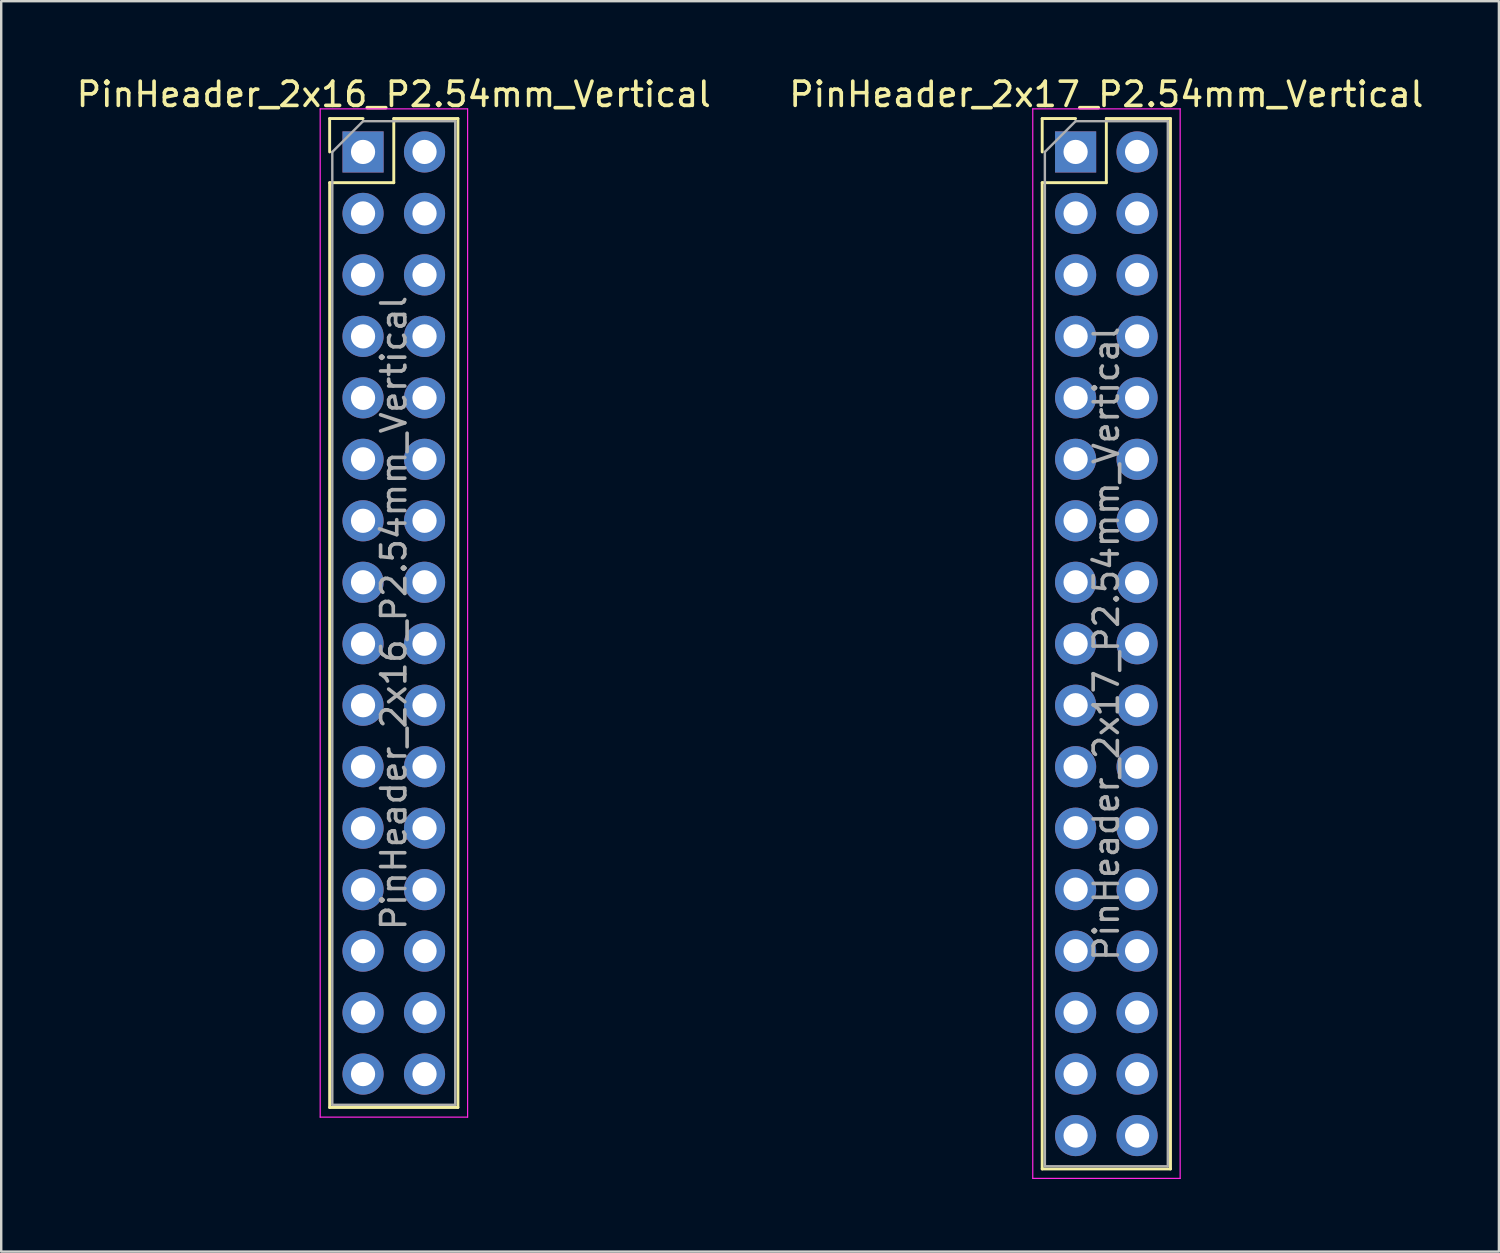
<source format=kicad_pcb>
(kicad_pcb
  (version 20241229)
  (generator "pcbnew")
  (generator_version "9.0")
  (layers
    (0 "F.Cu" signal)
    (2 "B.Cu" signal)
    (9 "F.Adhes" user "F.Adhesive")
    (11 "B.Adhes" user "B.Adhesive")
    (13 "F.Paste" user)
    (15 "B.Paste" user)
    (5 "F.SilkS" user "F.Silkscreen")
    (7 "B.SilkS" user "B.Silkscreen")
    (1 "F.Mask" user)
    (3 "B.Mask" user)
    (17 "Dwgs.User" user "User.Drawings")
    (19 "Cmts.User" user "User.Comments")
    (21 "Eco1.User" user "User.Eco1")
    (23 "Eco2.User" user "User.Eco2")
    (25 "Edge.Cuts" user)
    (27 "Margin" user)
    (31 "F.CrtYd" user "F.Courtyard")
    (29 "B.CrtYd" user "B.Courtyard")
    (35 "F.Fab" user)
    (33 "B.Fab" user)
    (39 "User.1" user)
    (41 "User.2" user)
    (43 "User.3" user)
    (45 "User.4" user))
  (footprint "PinHeader_2x17_P2.54mm_Vertical"
    (layer "F.Cu")
    (at 41.391 3.228)
    (property "Reference" "PinHeader_2x17_P2.54mm_Vertical" (at 1.27 -2.38 0) (layer "F.SilkS") (effects (font (size 1 1) (thickness 0.15))))
    (attr through_hole)
    (fp_line (start -1.38 -1.38) (end 0 -1.38) (stroke (width 0.12) (type solid)) (layer "F.SilkS"))
    (fp_line (start -1.38 0) (end -1.38 -1.38) (stroke (width 0.12) (type solid)) (layer "F.SilkS"))
    (fp_line (start -1.38 1.27) (end -1.38 42.02) (stroke (width 0.12) (type solid)) (layer "F.SilkS"))
    (fp_line (start -1.38 1.27) (end 1.27 1.27) (stroke (width 0.12) (type solid)) (layer "F.SilkS"))
    (fp_line (start -1.38 42.02) (end 3.92 42.02) (stroke (width 0.12) (type solid)) (layer "F.SilkS"))
    (fp_line (start 1.27 -1.38) (end 3.92 -1.38) (stroke (width 0.12) (type solid)) (layer "F.SilkS"))
    (fp_line (start 1.27 1.27) (end 1.27 -1.38) (stroke (width 0.12) (type solid)) (layer "F.SilkS"))
    (fp_line (start 3.92 -1.38) (end 3.92 42.02) (stroke (width 0.12) (type solid)) (layer "F.SilkS"))
    (fp_line (start -1.77 -1.78) (end -1.77 42.41) (stroke (width 0.05) (type solid)) (layer "F.CrtYd"))
    (fp_line (start -1.77 42.41) (end 4.32 42.41) (stroke (width 0.05) (type solid)) (layer "F.CrtYd"))
    (fp_line (start 4.32 -1.78) (end -1.77 -1.78) (stroke (width 0.05) (type solid)) (layer "F.CrtYd"))
    (fp_line (start 4.32 42.41) (end 4.32 -1.78) (stroke (width 0.05) (type solid)) (layer "F.CrtYd"))
    (fp_line (start -1.27 0) (end 0 -1.27) (stroke (width 0.1) (type solid)) (layer "F.Fab"))
    (fp_line (start -1.27 41.91) (end -1.27 0) (stroke (width 0.1) (type solid)) (layer "F.Fab"))
    (fp_line (start 0 -1.27) (end 3.81 -1.27) (stroke (width 0.1) (type solid)) (layer "F.Fab"))
    (fp_line (start 3.81 -1.27) (end 3.81 41.91) (stroke (width 0.1) (type solid)) (layer "F.Fab"))
    (fp_line (start 3.81 41.91) (end -1.27 41.91) (stroke (width 0.1) (type solid)) (layer "F.Fab"))
    (fp_text user "${REFERENCE}" (at 1.27 20.32 90) (layer "F.Fab") (effects (font (size 1 1) (thickness 0.15))))
    (pad "1" thru_hole rect (at 0 0) (size 1.7 1.7) (drill 1) (layers "*.Cu" "*.Mask"))
    (pad "2" thru_hole circle (at 2.54 0) (size 1.7 1.7) (drill 1) (layers "*.Cu" "*.Mask"))
    (pad "3" thru_hole circle (at 0 2.54) (size 1.7 1.7) (drill 1) (layers "*.Cu" "*.Mask"))
    (pad "4" thru_hole circle (at 2.54 2.54) (size 1.7 1.7) (drill 1) (layers "*.Cu" "*.Mask"))
    (pad "5" thru_hole circle (at 0 5.08) (size 1.7 1.7) (drill 1) (layers "*.Cu" "*.Mask"))
    (pad "6" thru_hole circle (at 2.54 5.08) (size 1.7 1.7) (drill 1) (layers "*.Cu" "*.Mask"))
    (pad "7" thru_hole circle (at 0 7.62) (size 1.7 1.7) (drill 1) (layers "*.Cu" "*.Mask"))
    (pad "8" thru_hole circle (at 2.54 7.62) (size 1.7 1.7) (drill 1) (layers "*.Cu" "*.Mask"))
    (pad "9" thru_hole circle (at 0 10.16) (size 1.7 1.7) (drill 1) (layers "*.Cu" "*.Mask"))
    (pad "10" thru_hole circle (at 2.54 10.16) (size 1.7 1.7) (drill 1) (layers "*.Cu" "*.Mask"))
    (pad "11" thru_hole circle (at 0 12.7) (size 1.7 1.7) (drill 1) (layers "*.Cu" "*.Mask"))
    (pad "12" thru_hole circle (at 2.54 12.7) (size 1.7 1.7) (drill 1) (layers "*.Cu" "*.Mask"))
    (pad "13" thru_hole circle (at 0 15.24) (size 1.7 1.7) (drill 1) (layers "*.Cu" "*.Mask"))
    (pad "14" thru_hole circle (at 2.54 15.24) (size 1.7 1.7) (drill 1) (layers "*.Cu" "*.Mask"))
    (pad "15" thru_hole circle (at 0 17.78) (size 1.7 1.7) (drill 1) (layers "*.Cu" "*.Mask"))
    (pad "16" thru_hole circle (at 2.54 17.78) (size 1.7 1.7) (drill 1) (layers "*.Cu" "*.Mask"))
    (pad "17" thru_hole circle (at 0 20.32) (size 1.7 1.7) (drill 1) (layers "*.Cu" "*.Mask"))
    (pad "18" thru_hole circle (at 2.54 20.32) (size 1.7 1.7) (drill 1) (layers "*.Cu" "*.Mask"))
    (pad "19" thru_hole circle (at 0 22.86) (size 1.7 1.7) (drill 1) (layers "*.Cu" "*.Mask"))
    (pad "20" thru_hole circle (at 2.54 22.86) (size 1.7 1.7) (drill 1) (layers "*.Cu" "*.Mask"))
    (pad "21" thru_hole circle (at 0 25.4) (size 1.7 1.7) (drill 1) (layers "*.Cu" "*.Mask"))
    (pad "22" thru_hole circle (at 2.54 25.4) (size 1.7 1.7) (drill 1) (layers "*.Cu" "*.Mask"))
    (pad "23" thru_hole circle (at 0 27.94) (size 1.7 1.7) (drill 1) (layers "*.Cu" "*.Mask"))
    (pad "24" thru_hole circle (at 2.54 27.94) (size 1.7 1.7) (drill 1) (layers "*.Cu" "*.Mask"))
    (pad "25" thru_hole circle (at 0 30.48) (size 1.7 1.7) (drill 1) (layers "*.Cu" "*.Mask"))
    (pad "26" thru_hole circle (at 2.54 30.48) (size 1.7 1.7) (drill 1) (layers "*.Cu" "*.Mask"))
    (pad "27" thru_hole circle (at 0 33.02) (size 1.7 1.7) (drill 1) (layers "*.Cu" "*.Mask"))
    (pad "28" thru_hole circle (at 2.54 33.02) (size 1.7 1.7) (drill 1) (layers "*.Cu" "*.Mask"))
    (pad "29" thru_hole circle (at 0 35.56) (size 1.7 1.7) (drill 1) (layers "*.Cu" "*.Mask"))
    (pad "30" thru_hole circle (at 2.54 35.56) (size 1.7 1.7) (drill 1) (layers "*.Cu" "*.Mask"))
    (pad "31" thru_hole circle (at 0 38.1) (size 1.7 1.7) (drill 1) (layers "*.Cu" "*.Mask"))
    (pad "32" thru_hole circle (at 2.54 38.1) (size 1.7 1.7) (drill 1) (layers "*.Cu" "*.Mask"))
    (pad "33" thru_hole circle (at 0 40.64) (size 1.7 1.7) (drill 1) (layers "*.Cu" "*.Mask"))
    (pad "34" thru_hole circle (at 2.54 40.64) (size 1.7 1.7) (drill 1) (layers "*.Cu" "*.Mask")))
  (footprint "PinHeader_2x16_P2.54mm_Vertical"
    (layer "F.Cu")
    (at 11.95 3.228)
    (property "Reference" "PinHeader_2x16_P2.54mm_Vertical" (at 1.27 -2.38 0) (layer "F.SilkS") (effects (font (size 1 1) (thickness 0.15))))
    (attr through_hole)
    (fp_line (start -1.38 -1.38) (end 0 -1.38) (stroke (width 0.12) (type solid)) (layer "F.SilkS"))
    (fp_line (start -1.38 0) (end -1.38 -1.38) (stroke (width 0.12) (type solid)) (layer "F.SilkS"))
    (fp_line (start -1.38 1.27) (end -1.38 39.48) (stroke (width 0.12) (type solid)) (layer "F.SilkS"))
    (fp_line (start -1.38 1.27) (end 1.27 1.27) (stroke (width 0.12) (type solid)) (layer "F.SilkS"))
    (fp_line (start -1.38 39.48) (end 3.92 39.48) (stroke (width 0.12) (type solid)) (layer "F.SilkS"))
    (fp_line (start 1.27 -1.38) (end 3.92 -1.38) (stroke (width 0.12) (type solid)) (layer "F.SilkS"))
    (fp_line (start 1.27 1.27) (end 1.27 -1.38) (stroke (width 0.12) (type solid)) (layer "F.SilkS"))
    (fp_line (start 3.92 -1.38) (end 3.92 39.48) (stroke (width 0.12) (type solid)) (layer "F.SilkS"))
    (fp_line (start -1.77 -1.78) (end -1.77 39.88) (stroke (width 0.05) (type solid)) (layer "F.CrtYd"))
    (fp_line (start -1.77 39.88) (end 4.32 39.88) (stroke (width 0.05) (type solid)) (layer "F.CrtYd"))
    (fp_line (start 4.32 -1.78) (end -1.77 -1.78) (stroke (width 0.05) (type solid)) (layer "F.CrtYd"))
    (fp_line (start 4.32 39.88) (end 4.32 -1.78) (stroke (width 0.05) (type solid)) (layer "F.CrtYd"))
    (fp_line (start -1.27 0) (end 0 -1.27) (stroke (width 0.1) (type solid)) (layer "F.Fab"))
    (fp_line (start -1.27 39.37) (end -1.27 0) (stroke (width 0.1) (type solid)) (layer "F.Fab"))
    (fp_line (start 0 -1.27) (end 3.81 -1.27) (stroke (width 0.1) (type solid)) (layer "F.Fab"))
    (fp_line (start 3.81 -1.27) (end 3.81 39.37) (stroke (width 0.1) (type solid)) (layer "F.Fab"))
    (fp_line (start 3.81 39.37) (end -1.27 39.37) (stroke (width 0.1) (type solid)) (layer "F.Fab"))
    (fp_text user "${REFERENCE}" (at 1.27 19.05 90) (layer "F.Fab") (effects (font (size 1 1) (thickness 0.15))))
    (pad "1" thru_hole rect (at 0 0) (size 1.7 1.7) (drill 1) (layers "*.Cu" "*.Mask"))
    (pad "2" thru_hole circle (at 2.54 0) (size 1.7 1.7) (drill 1) (layers "*.Cu" "*.Mask"))
    (pad "3" thru_hole circle (at 0 2.54) (size 1.7 1.7) (drill 1) (layers "*.Cu" "*.Mask"))
    (pad "4" thru_hole circle (at 2.54 2.54) (size 1.7 1.7) (drill 1) (layers "*.Cu" "*.Mask"))
    (pad "5" thru_hole circle (at 0 5.08) (size 1.7 1.7) (drill 1) (layers "*.Cu" "*.Mask"))
    (pad "6" thru_hole circle (at 2.54 5.08) (size 1.7 1.7) (drill 1) (layers "*.Cu" "*.Mask"))
    (pad "7" thru_hole circle (at 0 7.62) (size 1.7 1.7) (drill 1) (layers "*.Cu" "*.Mask"))
    (pad "8" thru_hole circle (at 2.54 7.62) (size 1.7 1.7) (drill 1) (layers "*.Cu" "*.Mask"))
    (pad "9" thru_hole circle (at 0 10.16) (size 1.7 1.7) (drill 1) (layers "*.Cu" "*.Mask"))
    (pad "10" thru_hole circle (at 2.54 10.16) (size 1.7 1.7) (drill 1) (layers "*.Cu" "*.Mask"))
    (pad "11" thru_hole circle (at 0 12.7) (size 1.7 1.7) (drill 1) (layers "*.Cu" "*.Mask"))
    (pad "12" thru_hole circle (at 2.54 12.7) (size 1.7 1.7) (drill 1) (layers "*.Cu" "*.Mask"))
    (pad "13" thru_hole circle (at 0 15.24) (size 1.7 1.7) (drill 1) (layers "*.Cu" "*.Mask"))
    (pad "14" thru_hole circle (at 2.54 15.24) (size 1.7 1.7) (drill 1) (layers "*.Cu" "*.Mask"))
    (pad "15" thru_hole circle (at 0 17.78) (size 1.7 1.7) (drill 1) (layers "*.Cu" "*.Mask"))
    (pad "16" thru_hole circle (at 2.54 17.78) (size 1.7 1.7) (drill 1) (layers "*.Cu" "*.Mask"))
    (pad "17" thru_hole circle (at 0 20.32) (size 1.7 1.7) (drill 1) (layers "*.Cu" "*.Mask"))
    (pad "18" thru_hole circle (at 2.54 20.32) (size 1.7 1.7) (drill 1) (layers "*.Cu" "*.Mask"))
    (pad "19" thru_hole circle (at 0 22.86) (size 1.7 1.7) (drill 1) (layers "*.Cu" "*.Mask"))
    (pad "20" thru_hole circle (at 2.54 22.86) (size 1.7 1.7) (drill 1) (layers "*.Cu" "*.Mask"))
    (pad "21" thru_hole circle (at 0 25.4) (size 1.7 1.7) (drill 1) (layers "*.Cu" "*.Mask"))
    (pad "22" thru_hole circle (at 2.54 25.4) (size 1.7 1.7) (drill 1) (layers "*.Cu" "*.Mask"))
    (pad "23" thru_hole circle (at 0 27.94) (size 1.7 1.7) (drill 1) (layers "*.Cu" "*.Mask"))
    (pad "24" thru_hole circle (at 2.54 27.94) (size 1.7 1.7) (drill 1) (layers "*.Cu" "*.Mask"))
    (pad "25" thru_hole circle (at 0 30.48) (size 1.7 1.7) (drill 1) (layers "*.Cu" "*.Mask"))
    (pad "26" thru_hole circle (at 2.54 30.48) (size 1.7 1.7) (drill 1) (layers "*.Cu" "*.Mask"))
    (pad "27" thru_hole circle (at 0 33.02) (size 1.7 1.7) (drill 1) (layers "*.Cu" "*.Mask"))
    (pad "28" thru_hole circle (at 2.54 33.02) (size 1.7 1.7) (drill 1) (layers "*.Cu" "*.Mask"))
    (pad "29" thru_hole circle (at 0 35.56) (size 1.7 1.7) (drill 1) (layers "*.Cu" "*.Mask"))
    (pad "30" thru_hole circle (at 2.54 35.56) (size 1.7 1.7) (drill 1) (layers "*.Cu" "*.Mask"))
    (pad "31" thru_hole circle (at 0 38.1) (size 1.7 1.7) (drill 1) (layers "*.Cu" "*.Mask"))
    (pad "32" thru_hole circle (at 2.54 38.1) (size 1.7 1.7) (drill 1) (layers "*.Cu" "*.Mask")))
  (gr_rect
    (start -3 -3)
    (end 58.881 48.663)
    (stroke (width 0.1) (type default))
    (fill no)
    (layer "Edge.Cuts")))
</source>
